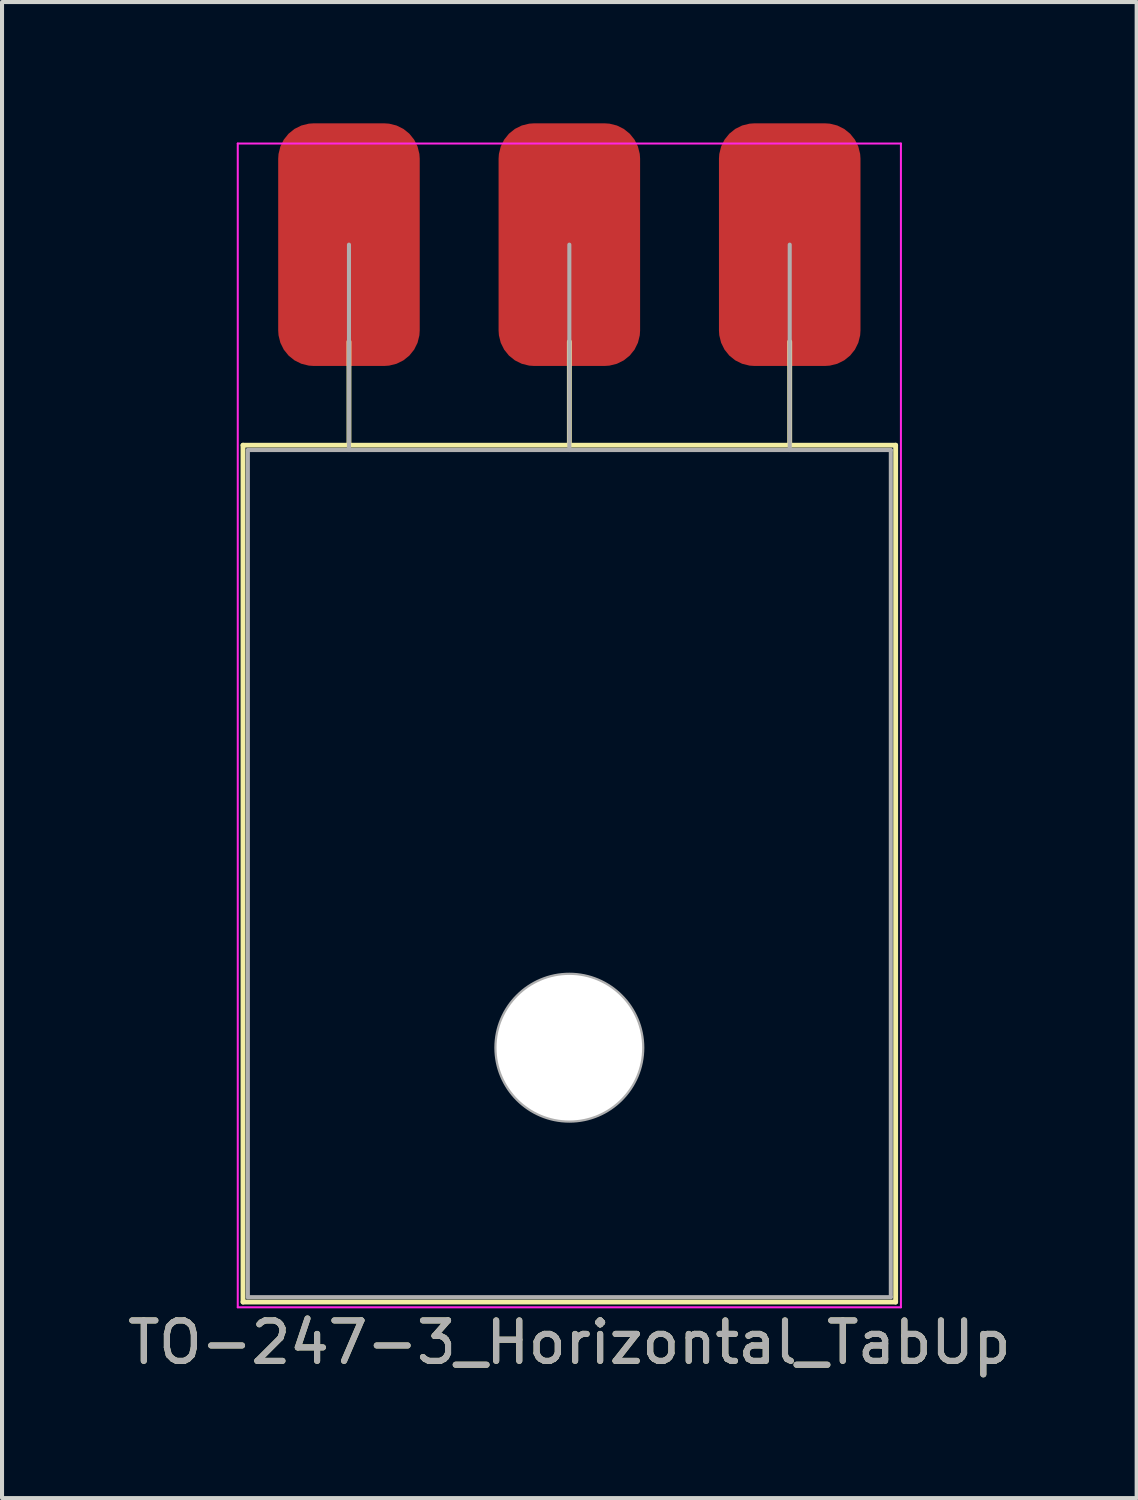
<source format=kicad_pcb>
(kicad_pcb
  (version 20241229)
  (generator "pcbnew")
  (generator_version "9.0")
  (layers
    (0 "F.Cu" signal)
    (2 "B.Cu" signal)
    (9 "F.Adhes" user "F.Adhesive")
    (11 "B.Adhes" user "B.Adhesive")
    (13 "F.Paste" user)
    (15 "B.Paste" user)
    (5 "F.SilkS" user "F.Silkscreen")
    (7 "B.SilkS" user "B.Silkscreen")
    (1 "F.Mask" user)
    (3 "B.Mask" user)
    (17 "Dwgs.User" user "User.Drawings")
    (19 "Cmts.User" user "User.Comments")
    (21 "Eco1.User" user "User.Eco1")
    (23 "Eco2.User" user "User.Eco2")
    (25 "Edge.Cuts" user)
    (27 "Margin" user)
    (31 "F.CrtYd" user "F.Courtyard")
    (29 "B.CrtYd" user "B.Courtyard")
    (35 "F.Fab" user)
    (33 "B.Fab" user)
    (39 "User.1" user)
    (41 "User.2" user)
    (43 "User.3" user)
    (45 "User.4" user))
  (footprint "TO-247-3_Horizontal_TabUp"
    (layer "F.Cu")
    (at 5.58 3)
    (property "Reference" "TO-247-3_Horizontal_TabUp" (at 5.45 27.15 0) (layer "F.SilkS") (effects (font (size 1 1) (thickness 0.15))))
    (attr through_hole)
    (fp_line (start -2.62 4.96) (end -2.62 26.15) (stroke (width 0.12) (type solid)) (layer "F.SilkS"))
    (fp_line (start -2.62 4.96) (end 13.52 4.96) (stroke (width 0.12) (type solid)) (layer "F.SilkS"))
    (fp_line (start -2.62 26.15) (end 13.52 26.15) (stroke (width 0.12) (type solid)) (layer "F.SilkS"))
    (fp_line (start 0 2.4) (end 0 4.96) (stroke (width 0.12) (type solid)) (layer "F.SilkS"))
    (fp_line (start 5.45 2.4) (end 5.45 4.96) (stroke (width 0.12) (type solid)) (layer "F.SilkS"))
    (fp_line (start 10.9 2.4) (end 10.9 4.96) (stroke (width 0.12) (type solid)) (layer "F.SilkS"))
    (fp_line (start 13.52 4.96) (end 13.52 26.15) (stroke (width 0.12) (type solid)) (layer "F.SilkS"))
    (fp_line (start -2.75 -2.5) (end -2.75 26.28) (stroke (width 0.05) (type solid)) (layer "F.CrtYd"))
    (fp_line (start -2.75 26.28) (end 13.65 26.28) (stroke (width 0.05) (type solid)) (layer "F.CrtYd"))
    (fp_line (start 13.65 -2.5) (end -2.75 -2.5) (stroke (width 0.05) (type solid)) (layer "F.CrtYd"))
    (fp_line (start 13.65 26.28) (end 13.65 -2.5) (stroke (width 0.05) (type solid)) (layer "F.CrtYd"))
    (fp_line (start -2.5 5.08) (end -2.5 26.03) (stroke (width 0.1) (type solid)) (layer "F.Fab"))
    (fp_line (start -2.5 26.03) (end 13.4 26.03) (stroke (width 0.1) (type solid)) (layer "F.Fab"))
    (fp_line (start 0 5.08) (end 0 0) (stroke (width 0.1) (type solid)) (layer "F.Fab"))
    (fp_line (start 5.45 5.08) (end 5.45 0) (stroke (width 0.1) (type solid)) (layer "F.Fab"))
    (fp_line (start 10.9 5.08) (end 10.9 0) (stroke (width 0.1) (type solid)) (layer "F.Fab"))
    (fp_line (start 13.4 5.08) (end -2.5 5.08) (stroke (width 0.1) (type solid)) (layer "F.Fab"))
    (fp_line (start 13.4 26.03) (end 13.4 5.08) (stroke (width 0.1) (type solid)) (layer "F.Fab"))
    (fp_circle (center 5.45 19.86) (end 7.255 19.86) (stroke (width 0.1) (type solid)) (fill no) (layer "F.Fab"))
    (fp_text user "${REFERENCE}" (at 5.45 27.15 0) (layer "F.Fab") (effects (font (size 1 1) (thickness 0.15))))
    (pad "" np_thru_hole oval (at 5.45 19.86) (size 3.6 3.6) (drill 3.6) (layers "*.Cu" "*.Mask"))
    (pad "1" smd roundrect (at 0 0) (size 3.5 6) (layers "F.Cu" "F.Mask" "F.Paste") (roundrect_rratio 0.25))
    (pad "2" smd roundrect (at 5.45 0) (size 3.5 6) (layers "F.Cu" "F.Mask" "F.Paste") (roundrect_rratio 0.25))
    (pad "3" smd roundrect (at 10.9 0) (size 3.5 6) (layers "F.Cu" "F.Mask" "F.Paste") (roundrect_rratio 0.25)))
  (gr_rect
    (start -3 -3)
    (end 25.06 33.998)
    (stroke (width 0.1) (type default))
    (fill no)
    (layer "Edge.Cuts")))
</source>
